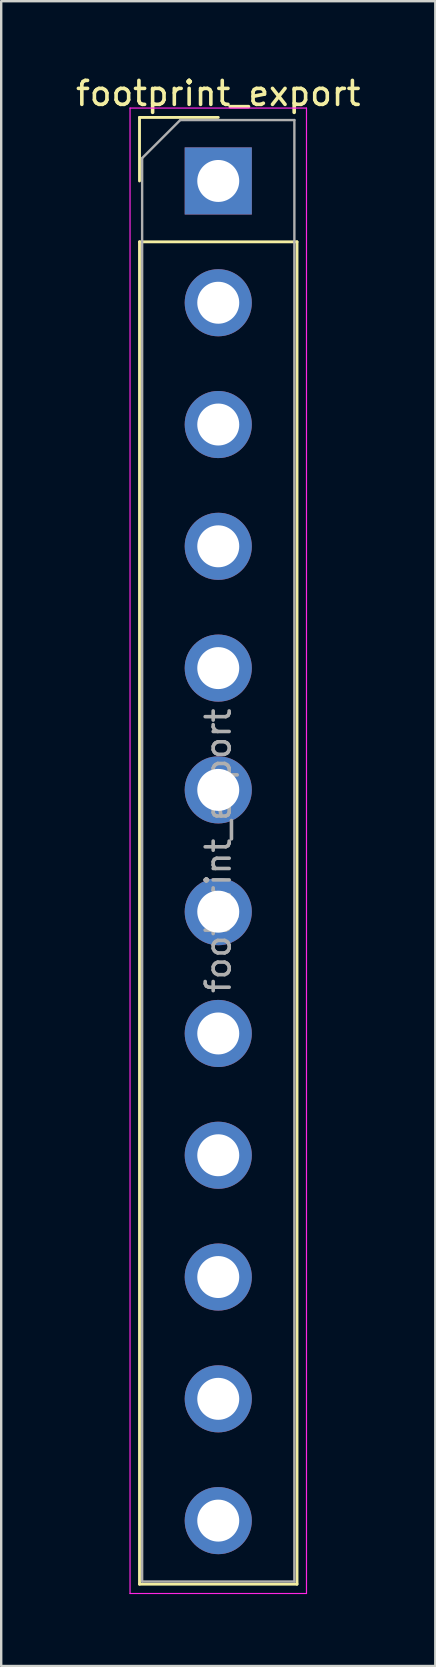
<source format=kicad_pcb>
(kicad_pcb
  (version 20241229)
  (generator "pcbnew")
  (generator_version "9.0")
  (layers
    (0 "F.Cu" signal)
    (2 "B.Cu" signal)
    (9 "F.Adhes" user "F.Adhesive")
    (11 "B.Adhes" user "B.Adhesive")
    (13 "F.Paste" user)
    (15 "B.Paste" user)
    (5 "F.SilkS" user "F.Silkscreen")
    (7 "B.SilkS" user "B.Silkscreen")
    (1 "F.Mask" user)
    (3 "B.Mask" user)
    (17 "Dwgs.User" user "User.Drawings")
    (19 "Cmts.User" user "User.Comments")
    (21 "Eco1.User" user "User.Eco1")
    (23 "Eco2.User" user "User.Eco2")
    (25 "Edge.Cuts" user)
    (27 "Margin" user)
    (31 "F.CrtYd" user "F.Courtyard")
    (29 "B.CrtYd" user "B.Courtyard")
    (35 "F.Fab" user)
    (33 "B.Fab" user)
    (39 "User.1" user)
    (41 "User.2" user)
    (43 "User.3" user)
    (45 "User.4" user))
  (footprint "footprint_export"
    (layer "F.Cu")
    (at 6.054 4.498)
    (property "Reference" "footprint_export" (at 0 -3.65 0) (layer "F.SilkS") (effects (font (size 1 1) (thickness 0.15))))
    (attr through_hole)
    (fp_line (start -3.285 -2.65) (end 0 -2.65) (stroke (width 0.12) (type solid)) (layer "F.SilkS"))
    (fp_line (start -3.285 0) (end -3.285 -2.65) (stroke (width 0.12) (type solid)) (layer "F.SilkS"))
    (fp_line (start -3.285 2.54) (end -3.285 58.53) (stroke (width 0.12) (type solid)) (layer "F.SilkS"))
    (fp_line (start -3.285 2.54) (end 3.285 2.54) (stroke (width 0.12) (type solid)) (layer "F.SilkS"))
    (fp_line (start -3.285 58.53) (end 3.285 58.53) (stroke (width 0.12) (type solid)) (layer "F.SilkS"))
    (fp_line (start 3.285 2.54) (end 3.285 58.53) (stroke (width 0.12) (type solid)) (layer "F.SilkS"))
    (fp_line (start -3.68 -3.04) (end -3.68 58.92) (stroke (width 0.05) (type solid)) (layer "F.CrtYd"))
    (fp_line (start -3.68 58.92) (end 3.68 58.92) (stroke (width 0.05) (type solid)) (layer "F.CrtYd"))
    (fp_line (start 3.68 -3.04) (end -3.68 -3.04) (stroke (width 0.05) (type solid)) (layer "F.CrtYd"))
    (fp_line (start 3.68 58.92) (end 3.68 -3.04) (stroke (width 0.05) (type solid)) (layer "F.CrtYd"))
    (fp_line (start -3.175 -0.953) (end -1.587 -2.54) (stroke (width 0.1) (type solid)) (layer "F.Fab"))
    (fp_line (start -3.175 58.42) (end -3.175 -0.953) (stroke (width 0.1) (type solid)) (layer "F.Fab"))
    (fp_line (start -1.587 -2.54) (end 3.175 -2.54) (stroke (width 0.1) (type solid)) (layer "F.Fab"))
    (fp_line (start 3.175 -2.54) (end 3.175 58.42) (stroke (width 0.1) (type solid)) (layer "F.Fab"))
    (fp_line (start 3.175 58.42) (end -3.175 58.42) (stroke (width 0.1) (type solid)) (layer "F.Fab"))
    (fp_text user "${REFERENCE}" (at 0 27.94 90) (layer "F.Fab") (effects (font (size 1 1) (thickness 0.15))))
    (pad "1" thru_hole rect (at 0 0) (size 2.8 2.8) (drill 1.75) (layers "*.Cu" "*.Mask"))
    (pad "2" thru_hole circle (at 0 5.08) (size 2.8 2.8) (drill 1.75) (layers "*.Cu" "*.Mask"))
    (pad "3" thru_hole circle (at 0 10.16) (size 2.8 2.8) (drill 1.75) (layers "*.Cu" "*.Mask"))
    (pad "4" thru_hole circle (at 0 15.24) (size 2.8 2.8) (drill 1.75) (layers "*.Cu" "*.Mask"))
    (pad "5" thru_hole circle (at 0 20.32) (size 2.8 2.8) (drill 1.75) (layers "*.Cu" "*.Mask"))
    (pad "6" thru_hole circle (at 0 25.4) (size 2.8 2.8) (drill 1.75) (layers "*.Cu" "*.Mask"))
    (pad "7" thru_hole circle (at 0 30.48) (size 2.8 2.8) (drill 1.75) (layers "*.Cu" "*.Mask"))
    (pad "8" thru_hole circle (at 0 35.56) (size 2.8 2.8) (drill 1.75) (layers "*.Cu" "*.Mask"))
    (pad "9" thru_hole circle (at 0 40.64) (size 2.8 2.8) (drill 1.75) (layers "*.Cu" "*.Mask"))
    (pad "10" thru_hole circle (at 0 45.72) (size 2.8 2.8) (drill 1.75) (layers "*.Cu" "*.Mask"))
    (pad "11" thru_hole circle (at 0 50.8) (size 2.8 2.8) (drill 1.75) (layers "*.Cu" "*.Mask"))
    (pad "12" thru_hole circle (at 0 55.88) (size 2.8 2.8) (drill 1.75) (layers "*.Cu" "*.Mask")))
  (gr_rect
    (start -3 -3)
    (end 15.107 66.443)
    (stroke (width 0.1) (type default))
    (fill no)
    (layer "Edge.Cuts")))
</source>
